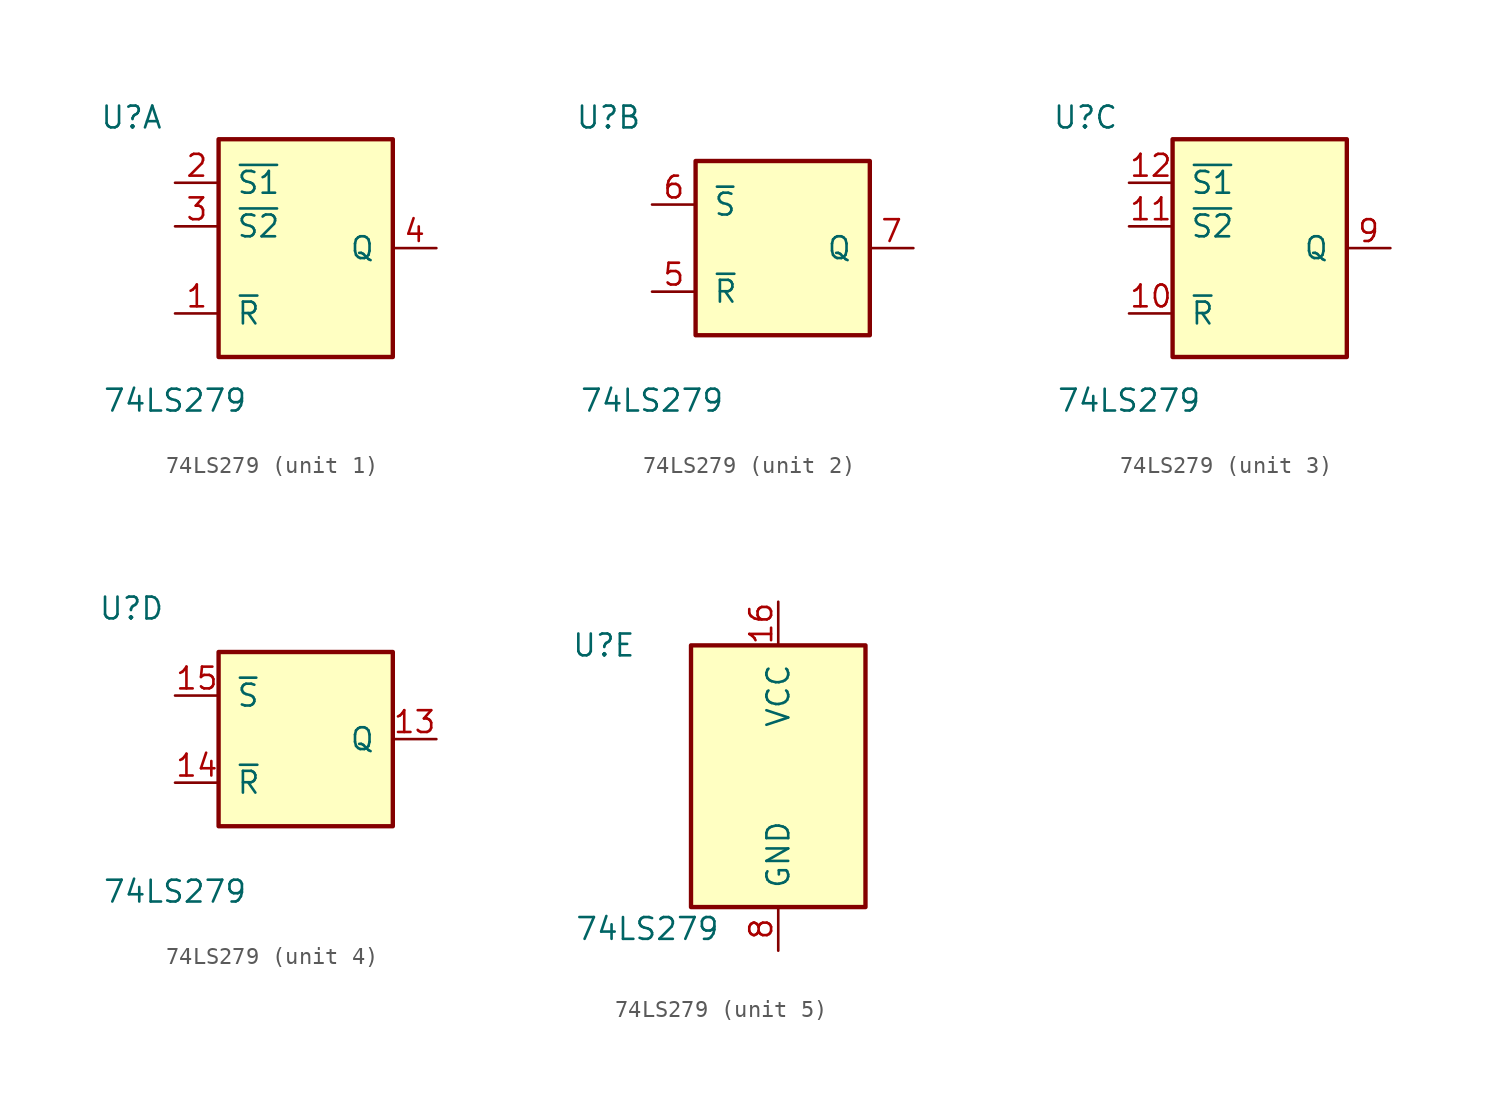
<source format=kicad_sym>
(kicad_symbol_lib
  (version 20220914)
  (generator kicad_symbol_editor)
  (symbol "74LS279"
    (pin_names
      (offset 1.016))
    (property "Reference" "U"
      (at -10.16 7.62 0)
      (effects (font (size 1.27 1.27))))
    (property "Value" "74LS279"
      (at -7.62 -8.89 0)
      (effects (font (size 1.27 1.27))))
    (property "ki_locked" ""
      (at 0 0 0)
      (effects (font (size 1.27 1.27))))
    (symbol "74LS279_1_0"
      (pin input line (at -7.62 -3.81 0) (length 2.54) (name "~{R}" (effects (font (size 1.27 1.27)))) (number "1" (effects (font (size 1.27 1.27)))))
      (pin input line (at -7.62 3.81 0) (length 2.54) (name "~{S1}" (effects (font (size 1.27 1.27)))) (number "2" (effects (font (size 1.27 1.27)))))
      (pin input line (at -7.62 1.27 0) (length 2.54) (name "~{S2}" (effects (font (size 1.27 1.27)))) (number "3" (effects (font (size 1.27 1.27)))))
      (pin output line (at 7.62 0 180) (length 2.54) (name "Q" (effects (font (size 1.27 1.27)))) (number "4" (effects (font (size 1.27 1.27))))))
    (symbol "74LS279_1_1"
      (rectangle (start -5.08 6.35) (end 5.08 -6.35) (stroke (width 0.254) (type default)) (fill (type background))))
    (symbol "74LS279_2_0"
      (pin input line (at -7.62 -2.54 0) (length 2.54) (name "~{R}" (effects (font (size 1.27 1.27)))) (number "5" (effects (font (size 1.27 1.27)))))
      (pin input line (at -7.62 2.54 0) (length 2.54) (name "~{S}" (effects (font (size 1.27 1.27)))) (number "6" (effects (font (size 1.27 1.27)))))
      (pin output line (at 7.62 0 180) (length 2.54) (name "Q" (effects (font (size 1.27 1.27)))) (number "7" (effects (font (size 1.27 1.27))))))
    (symbol "74LS279_2_1"
      (rectangle (start -5.08 5.08) (end 5.08 -5.08) (stroke (width 0.254) (type default)) (fill (type background))))
    (symbol "74LS279_3_0"
      (pin input line (at -7.62 -3.81 0) (length 2.54) (name "~{R}" (effects (font (size 1.27 1.27)))) (number "10" (effects (font (size 1.27 1.27)))))
      (pin input line (at -7.62 1.27 0) (length 2.54) (name "~{S2}" (effects (font (size 1.27 1.27)))) (number "11" (effects (font (size 1.27 1.27)))))
      (pin input line (at -7.62 3.81 0) (length 2.54) (name "~{S1}" (effects (font (size 1.27 1.27)))) (number "12" (effects (font (size 1.27 1.27)))))
      (pin output line (at 7.62 0 180) (length 2.54) (name "Q" (effects (font (size 1.27 1.27)))) (number "9" (effects (font (size 1.27 1.27))))))
    (symbol "74LS279_3_1"
      (rectangle (start -5.08 6.35) (end 5.08 -6.35) (stroke (width 0.254) (type default)) (fill (type background))))
    (symbol "74LS279_4_0"
      (pin output line (at 7.62 0 180) (length 2.54) (name "Q" (effects (font (size 1.27 1.27)))) (number "13" (effects (font (size 1.27 1.27)))))
      (pin input line (at -7.62 -2.54 0) (length 2.54) (name "~{R}" (effects (font (size 1.27 1.27)))) (number "14" (effects (font (size 1.27 1.27)))))
      (pin input line (at -7.62 2.54 0) (length 2.54) (name "~{S}" (effects (font (size 1.27 1.27)))) (number "15" (effects (font (size 1.27 1.27))))))
    (symbol "74LS279_4_1"
      (rectangle (start -5.08 5.08) (end 5.08 -5.08) (stroke (width 0.254) (type default)) (fill (type background))))
    (symbol "74LS279_5_0"
      (pin power_in line (at 0 10.16 270) (length 2.54) (name "VCC" (effects (font (size 1.27 1.27)))) (number "16" (effects (font (size 1.27 1.27)))))
      (pin power_in line (at 0 -10.16 90) (length 2.54) (name "GND" (effects (font (size 1.27 1.27)))) (number "8" (effects (font (size 1.27 1.27))))))
    (symbol "74LS279_5_1"
      (rectangle (start -5.08 7.62) (end 5.08 -7.62) (stroke (width 0.254) (type default)) (fill (type background))))))
</source>
